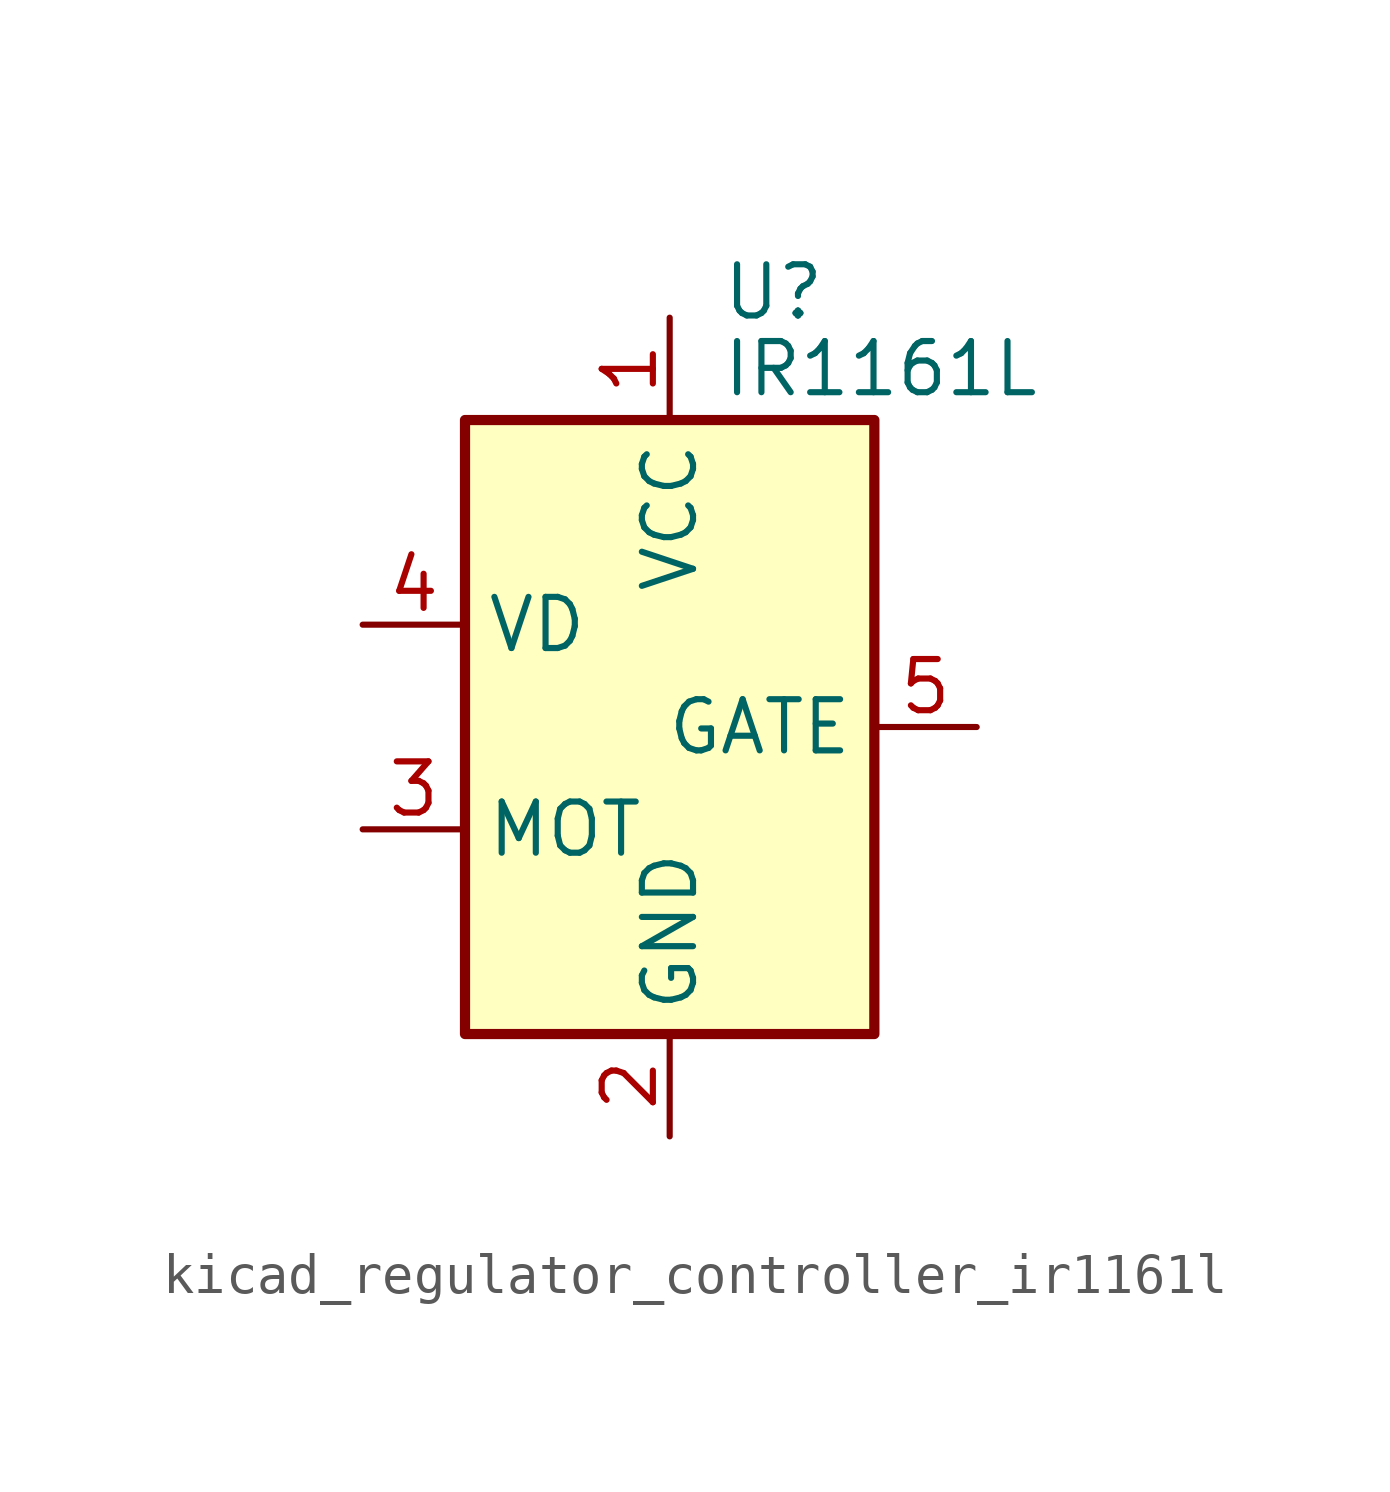
<source format=kicad_sym>
(kicad_symbol_lib
  (version 20220914)
  (generator kicad_symbol_editor)
  (symbol "kicad_regulator_controller_ir1161l"
    (property "Reference" "U"
      (at 1.27 10.795 0)
      (effects (font (size 1.27 1.27)) (justify left)))
    (property "Value" "IR1161L"
      (at 1.27 8.89 0)
      (effects (font (size 1.27 1.27)) (justify left)))
    (symbol "kicad_regulator_controller_ir1161l_0_1"
      (rectangle (start -5.08 -7.62) (end 5.08 7.62) (stroke (width 0.254) (type default)) (fill (type background))))
    (symbol "kicad_regulator_controller_ir1161l_1_1"
      (pin power_in line (at 0 10.16 270) (length 2.54) (name "VCC" (effects (font (size 1.27 1.27)))) (number "1" (effects (font (size 1.27 1.27)))))
      (pin power_in line (at 0 -10.16 90) (length 2.54) (name "GND" (effects (font (size 1.27 1.27)))) (number "2" (effects (font (size 1.27 1.27)))))
      (pin passive line (at -7.62 -2.54 0) (length 2.54) (name "MOT" (effects (font (size 1.27 1.27)))) (number "3" (effects (font (size 1.27 1.27)))))
      (pin input line (at -7.62 2.54 0) (length 2.54) (name "VD" (effects (font (size 1.27 1.27)))) (number "4" (effects (font (size 1.27 1.27)))))
      (pin output line (at 7.62 0 180) (length 2.54) (name "GATE" (effects (font (size 1.27 1.27)))) (number "5" (effects (font (size 1.27 1.27))))))))
</source>
